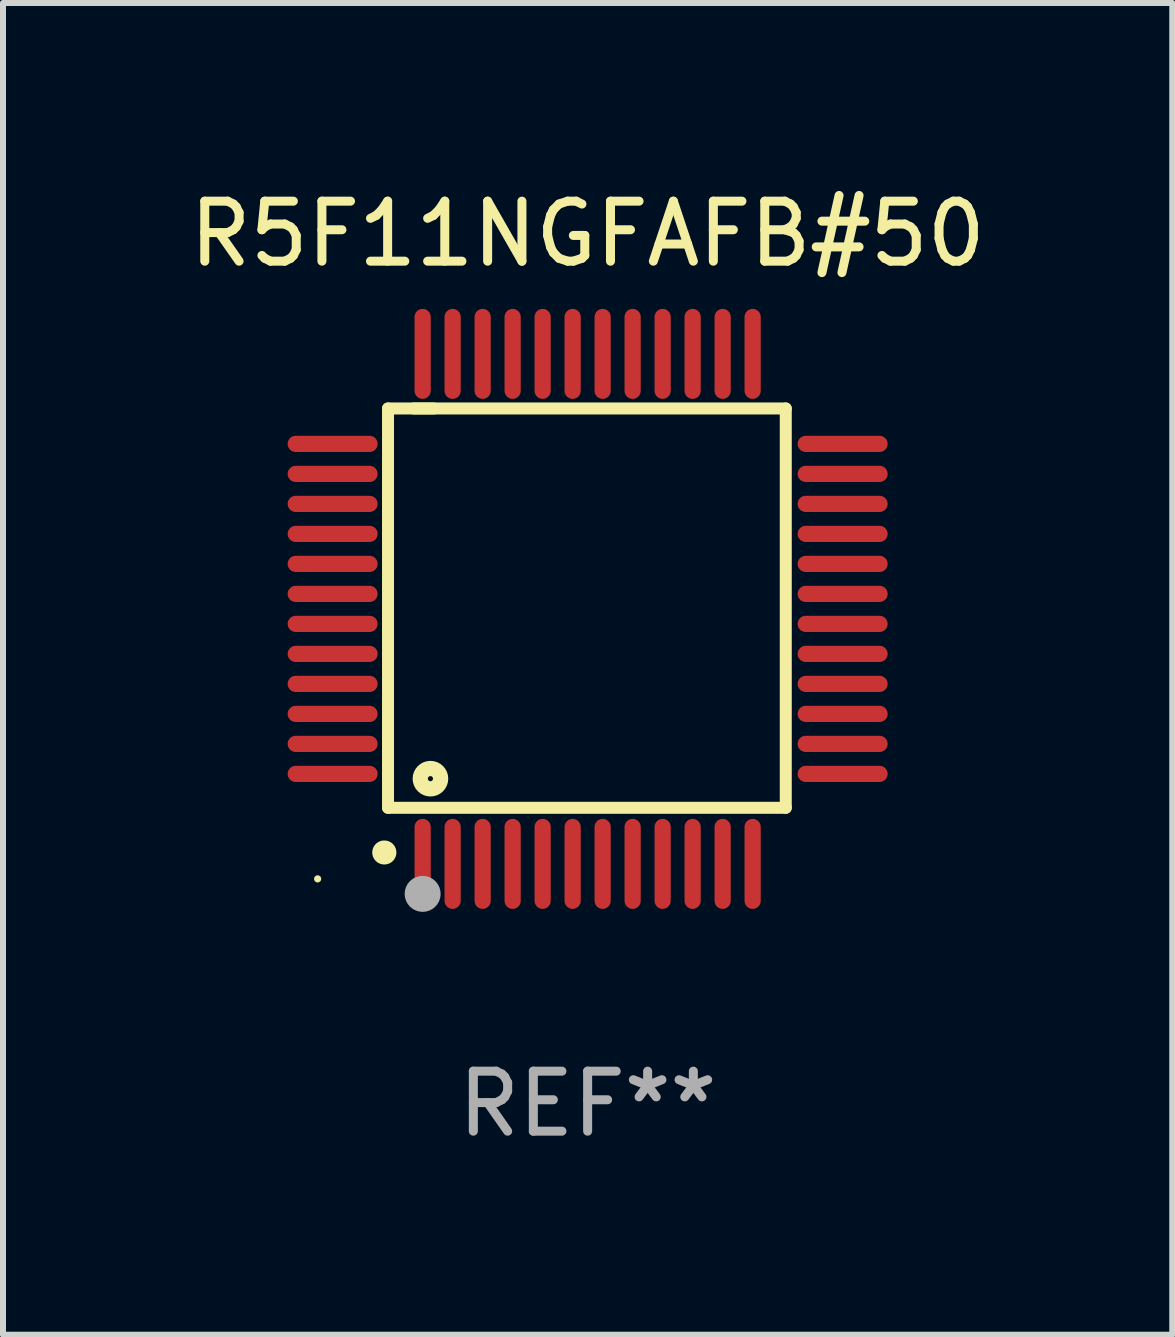
<source format=kicad_pcb>
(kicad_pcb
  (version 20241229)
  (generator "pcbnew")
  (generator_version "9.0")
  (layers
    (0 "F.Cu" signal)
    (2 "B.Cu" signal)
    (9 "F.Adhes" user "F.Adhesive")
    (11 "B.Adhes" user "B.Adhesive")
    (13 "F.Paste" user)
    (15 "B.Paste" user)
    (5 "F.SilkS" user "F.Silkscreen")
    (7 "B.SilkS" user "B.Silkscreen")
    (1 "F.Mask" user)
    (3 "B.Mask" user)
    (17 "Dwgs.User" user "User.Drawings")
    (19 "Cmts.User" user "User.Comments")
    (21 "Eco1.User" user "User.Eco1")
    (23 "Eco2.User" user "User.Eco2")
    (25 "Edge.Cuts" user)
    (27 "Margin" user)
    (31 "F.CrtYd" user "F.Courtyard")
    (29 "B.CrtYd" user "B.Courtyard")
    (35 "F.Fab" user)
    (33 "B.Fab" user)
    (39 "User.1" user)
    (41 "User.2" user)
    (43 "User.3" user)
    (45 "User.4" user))
  (footprint "R5F11NGFAFB#50"
    (layer "F.Cu")
    (at 6.744 7.098)
    (property "Reference" "R5F11NGFAFB#50" (at 0 -6.25 0) (layer "F.SilkS") (effects (font (size 1 1) (thickness 0.15))))
    (attr through_hole)
    (fp_line (start -3.327 -3.34) (end -2.565 -3.34) (stroke (width 0.2) (type solid)) (layer "F.SilkS"))
    (fp_line (start -3.327 3.315) (end -3.327 -3.34) (stroke (width 0.2) (type solid)) (layer "F.SilkS"))
    (fp_line (start -2.896 -3.34) (end 3.302 -3.34) (stroke (width 0.2) (type solid)) (layer "F.SilkS"))
    (fp_line (start 3.302 -3.34) (end 3.302 3.315) (stroke (width 0.2) (type solid)) (layer "F.SilkS"))
    (fp_line (start 3.302 3.315) (end -3.327 3.315) (stroke (width 0.2) (type solid)) (layer "F.SilkS"))
    (fp_arc (start -3.389992 4.059995) (mid -3.388722 4.059991) (end -3.387452 4.059995) (stroke (width 0.4) (type solid)) (layer "F.SilkS"))
    (fp_circle (center -4.5 4.5) (end -4.47 4.5) (stroke (width 0.06) (type solid)) (fill no) (layer "F.SilkS"))
    (fp_circle (center -2.62 2.83) (end -2.45 2.83) (stroke (width 0.254) (type solid)) (fill no) (layer "F.SilkS"))
    (fp_circle (center -2.75 4.75) (end -2.6 4.75) (stroke (width 0.3) (type solid)) (fill no) (layer "F.Fab"))
    (fp_text user "REF**" (at 0 8.25 0) (layer "F.Fab") (effects (font (size 1 1) (thickness 0.15))))
    (pad "1" smd oval (at -2.75 4.25) (size 0.27 1.5) (layers "F.Cu" "F.Mask" "F.Paste"))
    (pad "2" smd oval (at -2.25 4.25) (size 0.27 1.5) (layers "F.Cu" "F.Mask" "F.Paste"))
    (pad "3" smd oval (at -1.75 4.25) (size 0.27 1.5) (layers "F.Cu" "F.Mask" "F.Paste"))
    (pad "4" smd oval (at -1.25 4.25) (size 0.27 1.5) (layers "F.Cu" "F.Mask" "F.Paste"))
    (pad "5" smd oval (at -0.75 4.25) (size 0.27 1.5) (layers "F.Cu" "F.Mask" "F.Paste"))
    (pad "6" smd oval (at -0.25 4.25) (size 0.27 1.5) (layers "F.Cu" "F.Mask" "F.Paste"))
    (pad "7" smd oval (at 0.25 4.25) (size 0.27 1.5) (layers "F.Cu" "F.Mask" "F.Paste"))
    (pad "8" smd oval (at 0.75 4.25) (size 0.27 1.5) (layers "F.Cu" "F.Mask" "F.Paste"))
    (pad "9" smd oval (at 1.25 4.25) (size 0.27 1.5) (layers "F.Cu" "F.Mask" "F.Paste"))
    (pad "10" smd oval (at 1.75 4.25) (size 0.27 1.5) (layers "F.Cu" "F.Mask" "F.Paste"))
    (pad "11" smd oval (at 2.25 4.25) (size 0.27 1.5) (layers "F.Cu" "F.Mask" "F.Paste"))
    (pad "12" smd oval (at 2.75 4.25) (size 0.27 1.5) (layers "F.Cu" "F.Mask" "F.Paste"))
    (pad "13" smd oval (at 4.25 2.75) (size 1.5 0.27) (layers "F.Cu" "F.Mask" "F.Paste"))
    (pad "14" smd oval (at 4.25 2.25) (size 1.5 0.27) (layers "F.Cu" "F.Mask" "F.Paste"))
    (pad "15" smd oval (at 4.25 1.75) (size 1.5 0.27) (layers "F.Cu" "F.Mask" "F.Paste"))
    (pad "16" smd oval (at 4.25 1.25) (size 1.5 0.27) (layers "F.Cu" "F.Mask" "F.Paste"))
    (pad "17" smd oval (at 4.25 0.75) (size 1.5 0.27) (layers "F.Cu" "F.Mask" "F.Paste"))
    (pad "18" smd oval (at 4.25 0.25) (size 1.5 0.27) (layers "F.Cu" "F.Mask" "F.Paste"))
    (pad "19" smd oval (at 4.25 -0.25) (size 1.5 0.27) (layers "F.Cu" "F.Mask" "F.Paste"))
    (pad "20" smd oval (at 4.25 -0.75) (size 1.5 0.27) (layers "F.Cu" "F.Mask" "F.Paste"))
    (pad "21" smd oval (at 4.25 -1.25) (size 1.5 0.27) (layers "F.Cu" "F.Mask" "F.Paste"))
    (pad "22" smd oval (at 4.25 -1.75) (size 1.5 0.27) (layers "F.Cu" "F.Mask" "F.Paste"))
    (pad "23" smd oval (at 4.25 -2.25) (size 1.5 0.27) (layers "F.Cu" "F.Mask" "F.Paste"))
    (pad "24" smd oval (at 4.25 -2.75) (size 1.5 0.27) (layers "F.Cu" "F.Mask" "F.Paste"))
    (pad "25" smd oval (at 2.75 -4.25) (size 0.27 1.5) (layers "F.Cu" "F.Mask" "F.Paste"))
    (pad "26" smd oval (at 2.25 -4.25) (size 0.27 1.5) (layers "F.Cu" "F.Mask" "F.Paste"))
    (pad "27" smd oval (at 1.75 -4.25) (size 0.27 1.5) (layers "F.Cu" "F.Mask" "F.Paste"))
    (pad "28" smd oval (at 1.25 -4.25) (size 0.27 1.5) (layers "F.Cu" "F.Mask" "F.Paste"))
    (pad "29" smd oval (at 0.75 -4.25) (size 0.27 1.5) (layers "F.Cu" "F.Mask" "F.Paste"))
    (pad "30" smd oval (at 0.25 -4.25) (size 0.27 1.5) (layers "F.Cu" "F.Mask" "F.Paste"))
    (pad "31" smd oval (at -0.25 -4.25) (size 0.27 1.5) (layers "F.Cu" "F.Mask" "F.Paste"))
    (pad "32" smd oval (at -0.75 -4.25) (size 0.27 1.5) (layers "F.Cu" "F.Mask" "F.Paste"))
    (pad "33" smd oval (at -1.25 -4.25) (size 0.27 1.5) (layers "F.Cu" "F.Mask" "F.Paste"))
    (pad "34" smd oval (at -1.75 -4.25) (size 0.27 1.5) (layers "F.Cu" "F.Mask" "F.Paste"))
    (pad "35" smd oval (at -2.25 -4.25) (size 0.27 1.5) (layers "F.Cu" "F.Mask" "F.Paste"))
    (pad "36" smd oval (at -2.75 -4.25) (size 0.27 1.5) (layers "F.Cu" "F.Mask" "F.Paste"))
    (pad "37" smd oval (at -4.25 -2.75) (size 1.5 0.27) (layers "F.Cu" "F.Mask" "F.Paste"))
    (pad "38" smd oval (at -4.25 -2.25) (size 1.5 0.27) (layers "F.Cu" "F.Mask" "F.Paste"))
    (pad "39" smd oval (at -4.25 -1.75) (size 1.5 0.27) (layers "F.Cu" "F.Mask" "F.Paste"))
    (pad "40" smd oval (at -4.25 -1.25) (size 1.5 0.27) (layers "F.Cu" "F.Mask" "F.Paste"))
    (pad "41" smd oval (at -4.25 -0.75) (size 1.5 0.27) (layers "F.Cu" "F.Mask" "F.Paste"))
    (pad "42" smd oval (at -4.25 -0.25) (size 1.5 0.27) (layers "F.Cu" "F.Mask" "F.Paste"))
    (pad "43" smd oval (at -4.25 0.25) (size 1.5 0.27) (layers "F.Cu" "F.Mask" "F.Paste"))
    (pad "44" smd oval (at -4.25 0.75) (size 1.5 0.27) (layers "F.Cu" "F.Mask" "F.Paste"))
    (pad "45" smd oval (at -4.25 1.25) (size 1.5 0.27) (layers "F.Cu" "F.Mask" "F.Paste"))
    (pad "46" smd oval (at -4.25 1.75) (size 1.5 0.27) (layers "F.Cu" "F.Mask" "F.Paste"))
    (pad "47" smd oval (at -4.25 2.25) (size 1.5 0.27) (layers "F.Cu" "F.Mask" "F.Paste"))
    (pad "48" smd oval (at -4.25 2.75) (size 1.5 0.27) (layers "F.Cu" "F.Mask" "F.Paste")))
  (gr_rect
    (start -3 -3)
    (end 16.488 19.196)
    (stroke (width 0.1) (type default))
    (fill no)
    (layer "Edge.Cuts")))
</source>
